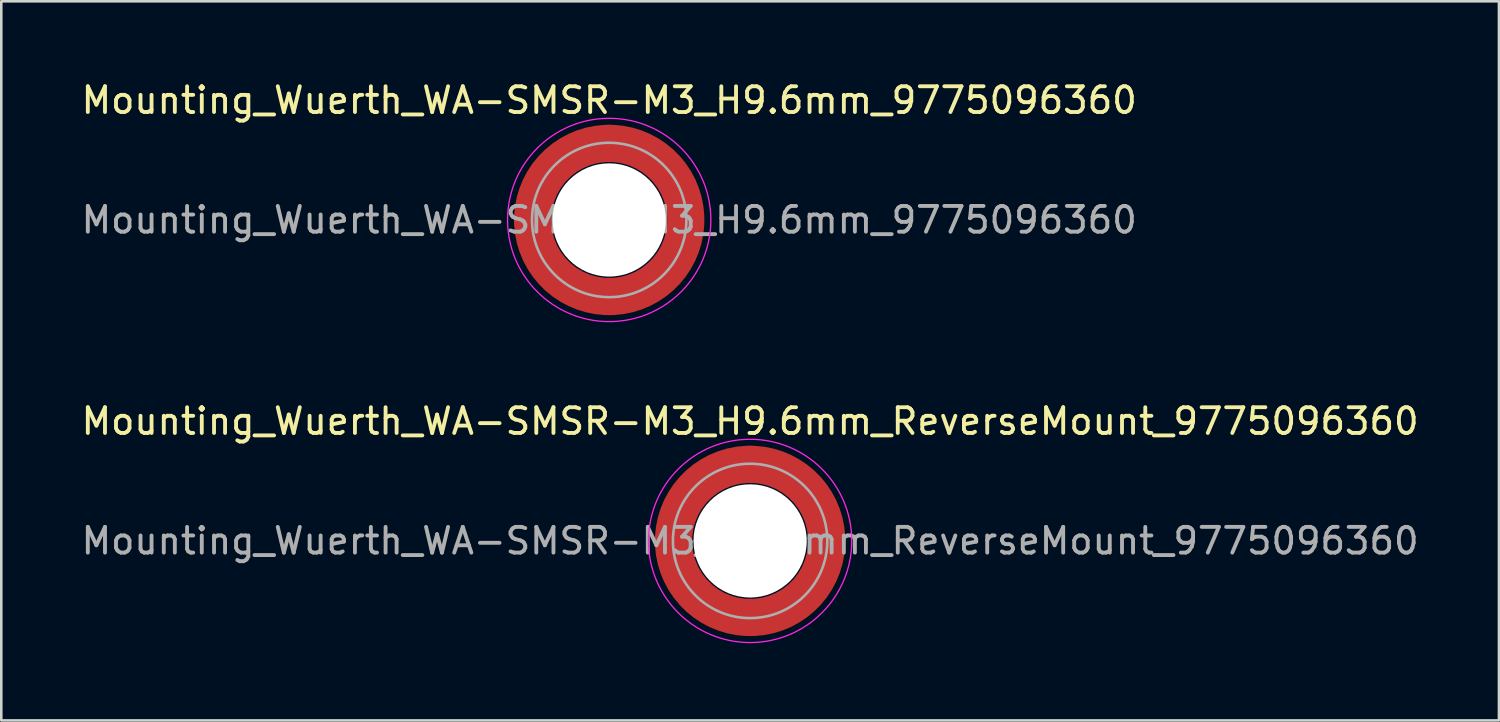
<source format=kicad_pcb>
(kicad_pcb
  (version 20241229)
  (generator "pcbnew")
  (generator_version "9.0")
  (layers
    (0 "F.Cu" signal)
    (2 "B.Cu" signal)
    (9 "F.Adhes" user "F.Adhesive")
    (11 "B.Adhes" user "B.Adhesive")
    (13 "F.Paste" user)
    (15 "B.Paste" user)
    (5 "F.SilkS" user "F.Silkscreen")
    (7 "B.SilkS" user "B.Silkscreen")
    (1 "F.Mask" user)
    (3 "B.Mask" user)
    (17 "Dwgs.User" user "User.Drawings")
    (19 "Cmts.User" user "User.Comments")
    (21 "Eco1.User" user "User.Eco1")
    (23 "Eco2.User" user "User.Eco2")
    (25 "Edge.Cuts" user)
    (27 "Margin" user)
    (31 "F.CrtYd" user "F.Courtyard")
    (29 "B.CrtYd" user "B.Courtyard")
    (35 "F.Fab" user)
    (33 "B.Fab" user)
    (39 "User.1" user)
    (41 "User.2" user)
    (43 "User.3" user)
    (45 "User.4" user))
  (footprint "Mounting_Wuerth_WA-SMSR-M3_H9.6mm_ReverseMount_9775096360"
    (layer "F.Cu")
    (at 26.101 17.971)
    (property "Reference" "Mounting_Wuerth_WA-SMSR-M3_H9.6mm_ReverseMount_9775096360" (at 0 -4.65 0) (layer "F.SilkS") (effects (font (size 1 1) (thickness 0.15))))
    (attr smd)
    (fp_circle (center 0 0) (end 3.95 0) (stroke (width 0.05) (type solid)) (fill no) (layer "F.CrtYd"))
    (fp_circle (center 0 0) (end 3 0) (stroke (width 0.1) (type solid)) (fill no) (layer "F.Fab"))
    (fp_text user "${REFERENCE}" (at 0 0 0) (layer "F.Fab") (effects (font (size 1 1) (thickness 0.15))))
    (pad "" smd custom (at -2.095 -2.095) (size 0.672 0.672) (layers "F.Paste") (options (anchor circle)) (primitives (gr_arc (start -0.24231 1.594804) (mid 0.404819 0.404819) (end 1.594804 -0.24231) (width 0.2)) (gr_arc (start -0.3398 1.594804) (mid 0.337349 0.337349) (end 1.594804 -0.3398) (width 0.2)) (gr_arc (start -0.437132 1.594804) (mid 0.269879 0.269879) (end 1.594804 -0.437132) (width 0.2)) (gr_arc (start -0.534324 1.594804) (mid 0.202409 0.202409) (end 1.594804 -0.534324) (width 0.2)) (gr_arc (start -0.631391 1.594804) (mid 0.134939 0.134939) (end 1.594804 -0.631391) (width 0.2)) (gr_arc (start -0.728345 1.594804) (mid 0.06747 0.06747) (end 1.594804 -0.728345) (width 0.2)) (gr_arc (start -0.825197 1.594804) (mid 0 0) (end 1.594804 -0.825197) (width 0.2)) (gr_arc (start -0.921958 1.594804) (mid -0.067469 -0.067469) (end 1.594804 -0.921958) (width 0.2)) (gr_arc (start -1.018637 1.594804) (mid -0.13494 -0.13494) (end 1.594804 -1.018637) (width 0.2)) (gr_arc (start -1.115239 1.594804) (mid -0.202409 -0.202409) (end 1.594804 -1.115239) (width 0.2)) (gr_arc (start -1.211773 1.594804) (mid -0.269879 -0.269879) (end 1.594804 -1.211773) (width 0.2)) (gr_arc (start -1.308244 1.594804) (mid -0.337349 -0.337349) (end 1.594804 -1.308244) (width 0.2)) (gr_arc (start -1.404657 1.594804) (mid -0.404819 -0.404819) (end 1.594804 -1.404657) (width 0.2)) (gr_arc (start -1.404657 1.594804) (mid -0.404819 -0.404819) (end 1.594804 -1.404657) (width 0.2)) (gr_line (start 1.595 -0.242) (end 1.595 -1.405) (width 0.2)) (gr_line (start -0.242 1.595) (end -1.405 1.595) (width 0.2))))
    (pad "" smd custom (at -2.095 2.095) (size 0.672 0.672) (layers "F.Paste") (options (anchor circle)) (primitives (gr_arc (start 1.594804 0.24231) (mid 0.404819 -0.404819) (end -0.24231 -1.594804) (width 0.2)) (gr_arc (start 1.594804 0.3398) (mid 0.337349 -0.337349) (end -0.3398 -1.594804) (width 0.2)) (gr_arc (start 1.594804 0.437132) (mid 0.269879 -0.269879) (end -0.437132 -1.594804) (width 0.2)) (gr_arc (start 1.594804 0.534324) (mid 0.202409 -0.202409) (end -0.534324 -1.594804) (width 0.2)) (gr_arc (start 1.594804 0.631391) (mid 0.134939 -0.134939) (end -0.631391 -1.594804) (width 0.2)) (gr_arc (start 1.594804 0.728345) (mid 0.06747 -0.06747) (end -0.728345 -1.594804) (width 0.2)) (gr_arc (start 1.594804 0.825197) (mid 0 0) (end -0.825197 -1.594804) (width 0.2)) (gr_arc (start 1.594804 0.921958) (mid -0.067469 0.067469) (end -0.921958 -1.594804) (width 0.2)) (gr_arc (start 1.594804 1.018637) (mid -0.13494 0.13494) (end -1.018637 -1.594804) (width 0.2)) (gr_arc (start 1.594804 1.115239) (mid -0.202409 0.202409) (end -1.115239 -1.594804) (width 0.2)) (gr_arc (start 1.594804 1.211773) (mid -0.269879 0.269879) (end -1.211773 -1.594804) (width 0.2)) (gr_arc (start 1.594804 1.308244) (mid -0.337349 0.337349) (end -1.308244 -1.594804) (width 0.2)) (gr_arc (start 1.594804 1.404657) (mid -0.404819 0.404819) (end -1.404657 -1.594804) (width 0.2)) (gr_arc (start 1.594804 1.404657) (mid -0.404819 0.404819) (end -1.404657 -1.594804) (width 0.2)) (gr_line (start -0.242 -1.595) (end -1.405 -1.595) (width 0.2)) (gr_line (start 1.595 0.242) (end 1.595 1.405) (width 0.2))))
    (pad "" np_thru_hole circle (at 0 0) (size 4.4 4.4) (drill 4.4) (layers "*.Cu" "*.Mask"))
    (pad "" smd custom (at 2.095 -2.095) (size 0.672 0.672) (layers "F.Paste") (options (anchor circle)) (primitives (gr_arc (start -1.594804 -0.24231) (mid -0.404819 0.404819) (end 0.24231 1.594804) (width 0.2)) (gr_arc (start -1.594804 -0.3398) (mid -0.337349 0.337349) (end 0.3398 1.594804) (width 0.2)) (gr_arc (start -1.594804 -0.437132) (mid -0.269879 0.269879) (end 0.437132 1.594804) (width 0.2)) (gr_arc (start -1.594804 -0.534324) (mid -0.202409 0.202409) (end 0.534324 1.594804) (width 0.2)) (gr_arc (start -1.594804 -0.631391) (mid -0.134939 0.134939) (end 0.631391 1.594804) (width 0.2)) (gr_arc (start -1.594804 -0.728345) (mid -0.06747 0.06747) (end 0.728345 1.594804) (width 0.2)) (gr_arc (start -1.594804 -0.825197) (mid 0 0) (end 0.825197 1.594804) (width 0.2)) (gr_arc (start -1.594804 -0.921958) (mid 0.067469 -0.067469) (end 0.921958 1.594804) (width 0.2)) (gr_arc (start -1.594804 -1.018637) (mid 0.13494 -0.13494) (end 1.018637 1.594804) (width 0.2)) (gr_arc (start -1.594804 -1.115239) (mid 0.202409 -0.202409) (end 1.115239 1.594804) (width 0.2)) (gr_arc (start -1.594804 -1.211773) (mid 0.269879 -0.269879) (end 1.211773 1.594804) (width 0.2)) (gr_arc (start -1.594804 -1.308244) (mid 0.337349 -0.337349) (end 1.308244 1.594804) (width 0.2)) (gr_arc (start -1.594804 -1.404657) (mid 0.404819 -0.404819) (end 1.404657 1.594804) (width 0.2)) (gr_arc (start -1.594804 -1.404657) (mid 0.404819 -0.404819) (end 1.404657 1.594804) (width 0.2)) (gr_line (start 0.242 1.595) (end 1.405 1.595) (width 0.2)) (gr_line (start -1.595 -0.242) (end -1.595 -1.405) (width 0.2))))
    (pad "" smd custom (at 2.095 2.095) (size 0.672 0.672) (layers "F.Paste") (options (anchor circle)) (primitives (gr_arc (start 0.24231 -1.594804) (mid -0.404819 -0.404819) (end -1.594804 0.24231) (width 0.2)) (gr_arc (start 0.3398 -1.594804) (mid -0.337349 -0.337349) (end -1.594804 0.3398) (width 0.2)) (gr_arc (start 0.437132 -1.594804) (mid -0.269879 -0.269879) (end -1.594804 0.437132) (width 0.2)) (gr_arc (start 0.534324 -1.594804) (mid -0.202409 -0.202409) (end -1.594804 0.534324) (width 0.2)) (gr_arc (start 0.631391 -1.594804) (mid -0.134939 -0.134939) (end -1.594804 0.631391) (width 0.2)) (gr_arc (start 0.728345 -1.594804) (mid -0.06747 -0.06747) (end -1.594804 0.728345) (width 0.2)) (gr_arc (start 0.825197 -1.594804) (mid 0 0) (end -1.594804 0.825197) (width 0.2)) (gr_arc (start 0.921958 -1.594804) (mid 0.067469 0.067469) (end -1.594804 0.921958) (width 0.2)) (gr_arc (start 1.018637 -1.594804) (mid 0.13494 0.13494) (end -1.594804 1.018637) (width 0.2)) (gr_arc (start 1.115239 -1.594804) (mid 0.202409 0.202409) (end -1.594804 1.115239) (width 0.2)) (gr_arc (start 1.211773 -1.594804) (mid 0.269879 0.269879) (end -1.594804 1.211773) (width 0.2)) (gr_arc (start 1.308244 -1.594804) (mid 0.337349 0.337349) (end -1.594804 1.308244) (width 0.2)) (gr_arc (start 1.404657 -1.594804) (mid 0.404819 0.404819) (end -1.594804 1.404657) (width 0.2)) (gr_arc (start 1.404657 -1.594804) (mid 0.404819 0.404819) (end -1.594804 1.404657) (width 0.2)) (gr_line (start -1.595 0.242) (end -1.595 1.405) (width 0.2)) (gr_line (start 0.242 -1.595) (end 1.405 -1.595) (width 0.2))))
    (pad "1" smd circle (at -2.975 0) (size 1.45 1.45) (layers "F.Cu"))
    (pad "1" smd circle (at 0 -2.975) (size 1.45 1.45) (layers "F.Cu"))
    (pad "1" smd circle (at 0 2.975) (size 1.45 1.45) (layers "F.Cu"))
    (pad "1" smd custom (at 2.975 0) (size 1.45 1.45) (layers "F.Cu" "F.Mask") (options (anchor circle)) (primitives (gr_circle (center -2.975 0) (end 0 0) (width 1.45) (fill no)))))
  (footprint "Mounting_Wuerth_WA-SMSR-M3_H9.6mm_9775096360"
    (layer "F.Cu")
    (at 20.625 5.498)
    (property "Reference" "Mounting_Wuerth_WA-SMSR-M3_H9.6mm_9775096360" (at 0 -4.65 0) (layer "F.SilkS") (effects (font (size 1 1) (thickness 0.15))))
    (attr smd)
    (fp_circle (center 0 0) (end 3.95 0) (stroke (width 0.05) (type solid)) (fill no) (layer "F.CrtYd"))
    (fp_circle (center 0 0) (end 3 0) (stroke (width 0.1) (type solid)) (fill no) (layer "F.Fab"))
    (fp_text user "${REFERENCE}" (at 0 0 0) (layer "F.Fab") (effects (font (size 1 1) (thickness 0.15))))
    (pad "" smd custom (at -2.095 -2.095) (size 1.345 1.345) (layers "F.Paste") (options (anchor circle)) (primitives (gr_arc (start -0.426133 1.358554) (mid 0.237765 0.237765) (end 1.358554 -0.426133) (width 0.6725)) (gr_arc (start -0.774751 1.358554) (mid 0 0) (end 1.358554 -0.774751) (width 0.6725)) (gr_arc (start -1.120735 1.358554) (mid -0.237765 -0.237765) (end 1.358554 -1.120735) (width 0.6725)) (gr_arc (start -1.120735 1.358554) (mid -0.237765 -0.237765) (end 1.358554 -1.120735) (width 0.6725)) (gr_line (start 1.359 -0.426) (end 1.359 -1.121) (width 0.672)) (gr_line (start -0.426 1.359) (end -1.121 1.359) (width 0.672))))
    (pad "" smd custom (at -2.095 2.095) (size 1.345 1.345) (layers "F.Paste") (options (anchor circle)) (primitives (gr_arc (start 1.358554 0.426133) (mid 0.237765 -0.237765) (end -0.426133 -1.358554) (width 0.6725)) (gr_arc (start 1.358554 0.774751) (mid 0 0) (end -0.774751 -1.358554) (width 0.6725)) (gr_arc (start 1.358554 1.120735) (mid -0.237765 0.237765) (end -1.120735 -1.358554) (width 0.6725)) (gr_arc (start 1.358554 1.120735) (mid -0.237765 0.237765) (end -1.120735 -1.358554) (width 0.6725)) (gr_line (start -0.426 -1.359) (end -1.121 -1.359) (width 0.672)) (gr_line (start 1.359 0.426) (end 1.359 1.121) (width 0.672))))
    (pad "" np_thru_hole circle (at 0 0) (size 4.4 4.4) (drill 4.4) (layers "*.Cu" "*.Mask"))
    (pad "" smd custom (at 2.095 -2.095) (size 1.345 1.345) (layers "F.Paste") (options (anchor circle)) (primitives (gr_arc (start -1.358554 -0.426133) (mid -0.237765 0.237765) (end 0.426133 1.358554) (width 0.6725)) (gr_arc (start -1.358554 -0.774751) (mid 0 0) (end 0.774751 1.358554) (width 0.6725)) (gr_arc (start -1.358554 -1.120735) (mid 0.237765 -0.237765) (end 1.120735 1.358554) (width 0.6725)) (gr_arc (start -1.358554 -1.120735) (mid 0.237765 -0.237765) (end 1.120735 1.358554) (width 0.6725)) (gr_line (start 0.426 1.359) (end 1.121 1.359) (width 0.672)) (gr_line (start -1.359 -0.426) (end -1.359 -1.121) (width 0.672))))
    (pad "" smd custom (at 2.095 2.095) (size 1.345 1.345) (layers "F.Paste") (options (anchor circle)) (primitives (gr_arc (start 0.426133 -1.358554) (mid -0.237765 -0.237765) (end -1.358554 0.426133) (width 0.6725)) (gr_arc (start 0.774751 -1.358554) (mid 0 0) (end -1.358554 0.774751) (width 0.6725)) (gr_arc (start 1.120735 -1.358554) (mid 0.237765 0.237765) (end -1.358554 1.120735) (width 0.6725)) (gr_arc (start 1.120735 -1.358554) (mid 0.237765 0.237765) (end -1.358554 1.120735) (width 0.6725)) (gr_line (start -1.359 0.426) (end -1.359 1.121) (width 0.672)) (gr_line (start 0.426 -1.359) (end 1.121 -1.359) (width 0.672))))
    (pad "1" smd circle (at -2.975 0) (size 1.45 1.45) (layers "F.Cu"))
    (pad "1" smd circle (at 0 -2.975) (size 1.45 1.45) (layers "F.Cu"))
    (pad "1" smd circle (at 0 2.975) (size 1.45 1.45) (layers "F.Cu"))
    (pad "1" smd custom (at 2.975 0) (size 1.45 1.45) (layers "F.Cu" "F.Mask") (options (anchor circle)) (primitives (gr_circle (center -2.975 0) (end 0 0) (width 1.45) (fill no)))))
  (gr_rect
    (start -3 -3)
    (end 55.202 24.947)
    (stroke (width 0.1) (type default))
    (fill no)
    (layer "Edge.Cuts")))
</source>
